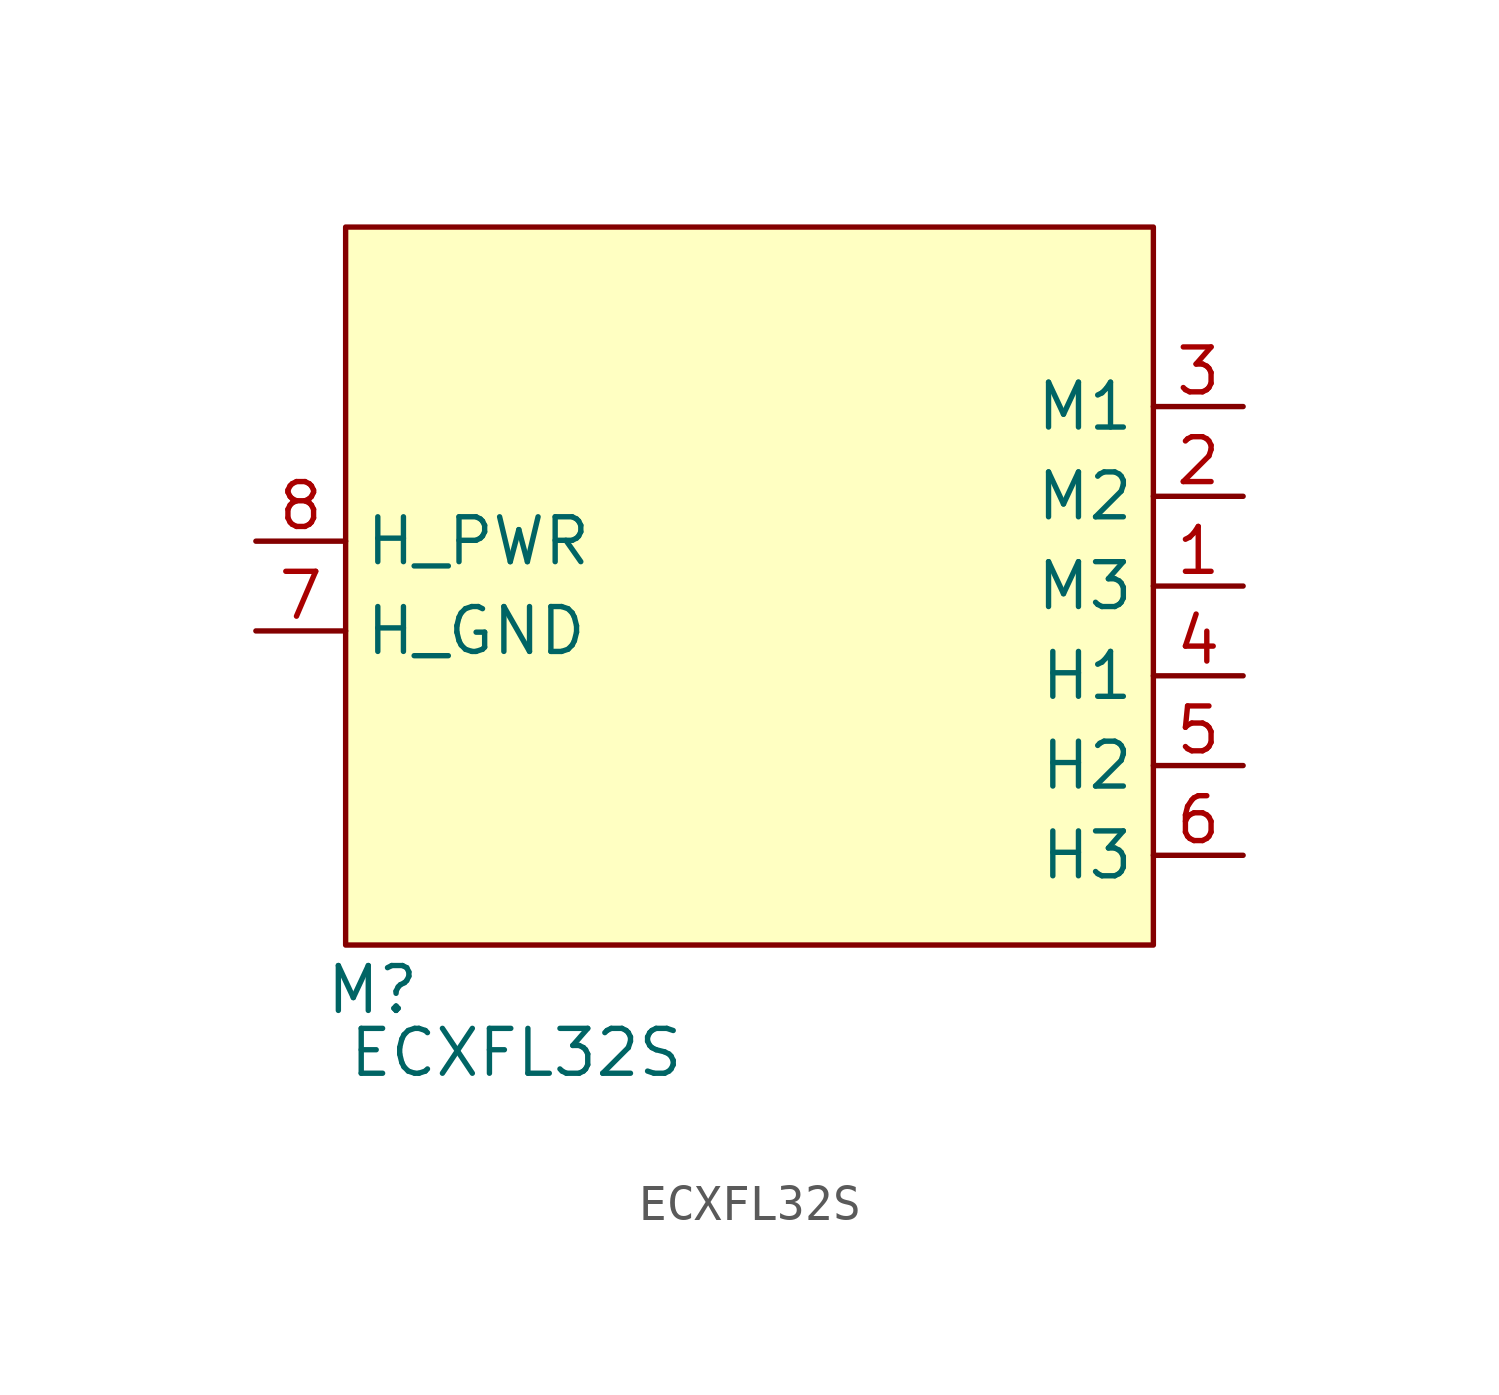
<source format=kicad_sym>
(kicad_symbol_lib
  (version 20231120)
  (generator "kicad_symbol_editor")
  (generator_version "8.0")
  (symbol "ECXFL32S"
    (property "Reference" "M"
      (at 0.762 -21.59 0)
      (effects (font (size 1.27 1.27))))
    (property "Value" "ECXFL32S"
      (at 4.826 -23.368 0)
      (effects (font (size 1.27 1.27))))
    (symbol "ECXFL32S_0_1"
      (rectangle (start 0 0) (end 22.86 -20.32) (stroke (width 0) (type default)) (fill (type background))))
    (symbol "ECXFL32S_1_1"
      (pin input line (at 25.4 -10.16 180) (length 2.54) (name "M3" (effects (font (size 1.27 1.27)))) (number "1" (effects (font (size 1.27 1.27)))))
      (pin input line (at 25.4 -7.62 180) (length 2.54) (name "M2" (effects (font (size 1.27 1.27)))) (number "2" (effects (font (size 1.27 1.27)))))
      (pin input line (at 25.4 -5.08 180) (length 2.54) (name "M1" (effects (font (size 1.27 1.27)))) (number "3" (effects (font (size 1.27 1.27)))))
      (pin output line (at 25.4 -12.7 180) (length 2.54) (name "H1" (effects (font (size 1.27 1.27)))) (number "4" (effects (font (size 1.27 1.27)))))
      (pin output line (at 25.4 -15.24 180) (length 2.54) (name "H2" (effects (font (size 1.27 1.27)))) (number "5" (effects (font (size 1.27 1.27)))))
      (pin output line (at 25.4 -17.78 180) (length 2.54) (name "H3" (effects (font (size 1.27 1.27)))) (number "6" (effects (font (size 1.27 1.27)))))
      (pin power_in line (at -2.54 -11.43 0) (length 2.54) (name "H_GND" (effects (font (size 1.27 1.27)))) (number "7" (effects (font (size 1.27 1.27)))))
      (pin power_in line (at -2.54 -8.89 0) (length 2.54) (name "H_PWR" (effects (font (size 1.27 1.27)))) (number "8" (effects (font (size 1.27 1.27))))))))
</source>
